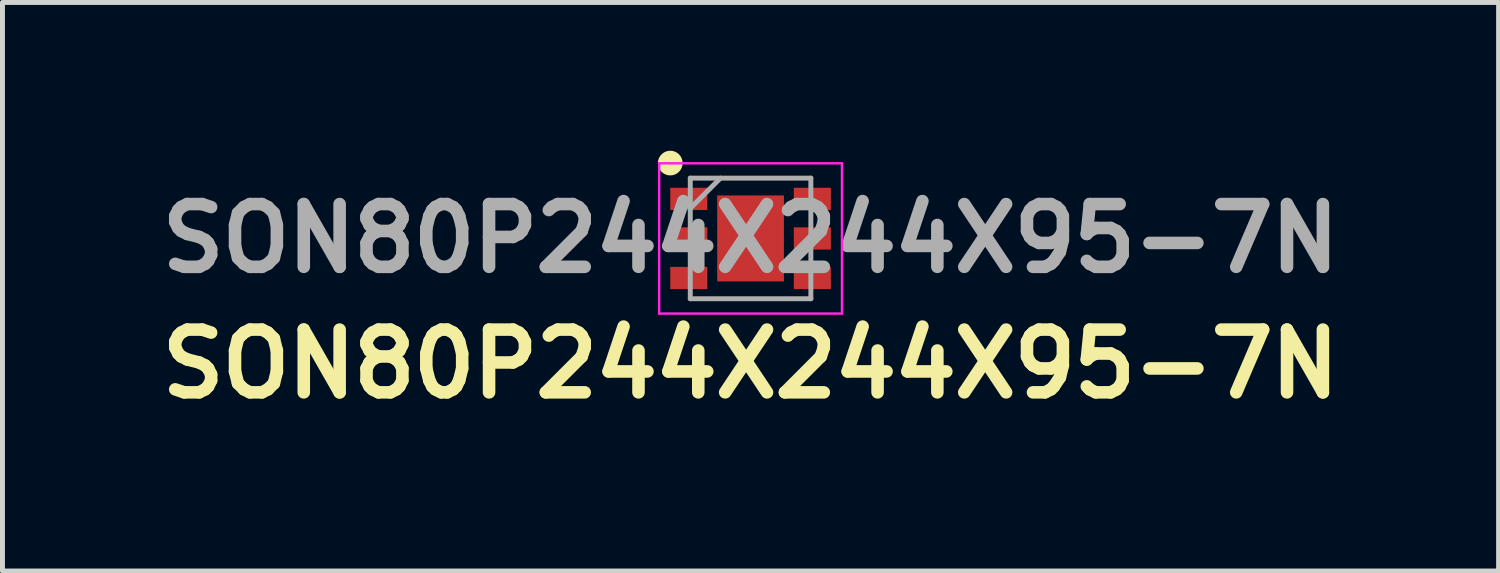
<source format=kicad_pcb>
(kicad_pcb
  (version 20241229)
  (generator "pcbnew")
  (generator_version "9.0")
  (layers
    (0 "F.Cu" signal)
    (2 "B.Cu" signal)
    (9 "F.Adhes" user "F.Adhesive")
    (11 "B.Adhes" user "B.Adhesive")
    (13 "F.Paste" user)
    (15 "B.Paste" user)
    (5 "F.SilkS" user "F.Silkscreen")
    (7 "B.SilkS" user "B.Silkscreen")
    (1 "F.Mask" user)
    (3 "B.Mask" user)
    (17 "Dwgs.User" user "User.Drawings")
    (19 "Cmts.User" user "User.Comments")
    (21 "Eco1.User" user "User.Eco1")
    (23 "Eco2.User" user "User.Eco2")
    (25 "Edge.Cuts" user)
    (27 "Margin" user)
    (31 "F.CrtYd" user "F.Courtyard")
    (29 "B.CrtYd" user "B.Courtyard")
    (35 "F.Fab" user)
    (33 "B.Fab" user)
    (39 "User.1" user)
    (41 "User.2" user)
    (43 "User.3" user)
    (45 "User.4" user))
  (footprint "SON80P244X244X95-7N"
    (layer "F.Cu")
    (at 12.138 1.775)
    (property "Reference" "SON80P244X244X95-7N" (at 0 2.54 0) (layer "F.SilkS") (effects (font (size 1.27 1.27) (thickness 0.254))))
    (attr smd)
    (fp_circle (center -1.625 -1.525) (end -1.625 -1.4) (stroke (width 0.25) (type solid)) (fill no) (layer "F.SilkS"))
    (fp_line (start -1.85 -1.52) (end 1.85 -1.52) (stroke (width 0.05) (type solid)) (layer "F.CrtYd"))
    (fp_line (start -1.85 1.52) (end -1.85 -1.52) (stroke (width 0.05) (type solid)) (layer "F.CrtYd"))
    (fp_line (start 1.85 -1.52) (end 1.85 1.52) (stroke (width 0.05) (type solid)) (layer "F.CrtYd"))
    (fp_line (start 1.85 1.52) (end -1.85 1.52) (stroke (width 0.05) (type solid)) (layer "F.CrtYd"))
    (fp_line (start -1.22 -1.22) (end 1.22 -1.22) (stroke (width 0.1) (type solid)) (layer "F.Fab"))
    (fp_line (start -1.22 -0.61) (end -0.61 -1.22) (stroke (width 0.1) (type solid)) (layer "F.Fab"))
    (fp_line (start -1.22 1.22) (end -1.22 -1.22) (stroke (width 0.1) (type solid)) (layer "F.Fab"))
    (fp_line (start 1.22 -1.22) (end 1.22 1.22) (stroke (width 0.1) (type solid)) (layer "F.Fab"))
    (fp_line (start 1.22 1.22) (end -1.22 1.22) (stroke (width 0.1) (type solid)) (layer "F.Fab"))
    (fp_text user "${REFERENCE}" (at 0 0 0) (layer "F.Fab") (effects (font (size 1.27 1.27) (thickness 0.254))))
    (pad "1" smd rect (at -1.25 -0.8 90) (size 0.45 0.75) (layers "F.Cu" "F.Mask" "F.Paste"))
    (pad "2" smd rect (at -1.25 0 90) (size 0.45 0.75) (layers "F.Cu" "F.Mask" "F.Paste"))
    (pad "3" smd rect (at -1.25 0.8 90) (size 0.45 0.75) (layers "F.Cu" "F.Mask" "F.Paste"))
    (pad "4" smd rect (at 1.25 0.8 90) (size 0.45 0.75) (layers "F.Cu" "F.Mask" "F.Paste"))
    (pad "5" smd rect (at 1.25 0 90) (size 0.45 0.75) (layers "F.Cu" "F.Mask" "F.Paste"))
    (pad "6" smd rect (at 1.25 -0.8 90) (size 0.45 0.75) (layers "F.Cu" "F.Mask" "F.Paste"))
    (pad "7" smd rect (at 0 0) (size 1.35 1.74) (layers "F.Cu" "F.Mask" "F.Paste")))
  (gr_rect
    (start -3 -3)
    (end 27.275 8.504)
    (stroke (width 0.1) (type default))
    (fill no)
    (layer "Edge.Cuts")))
</source>
